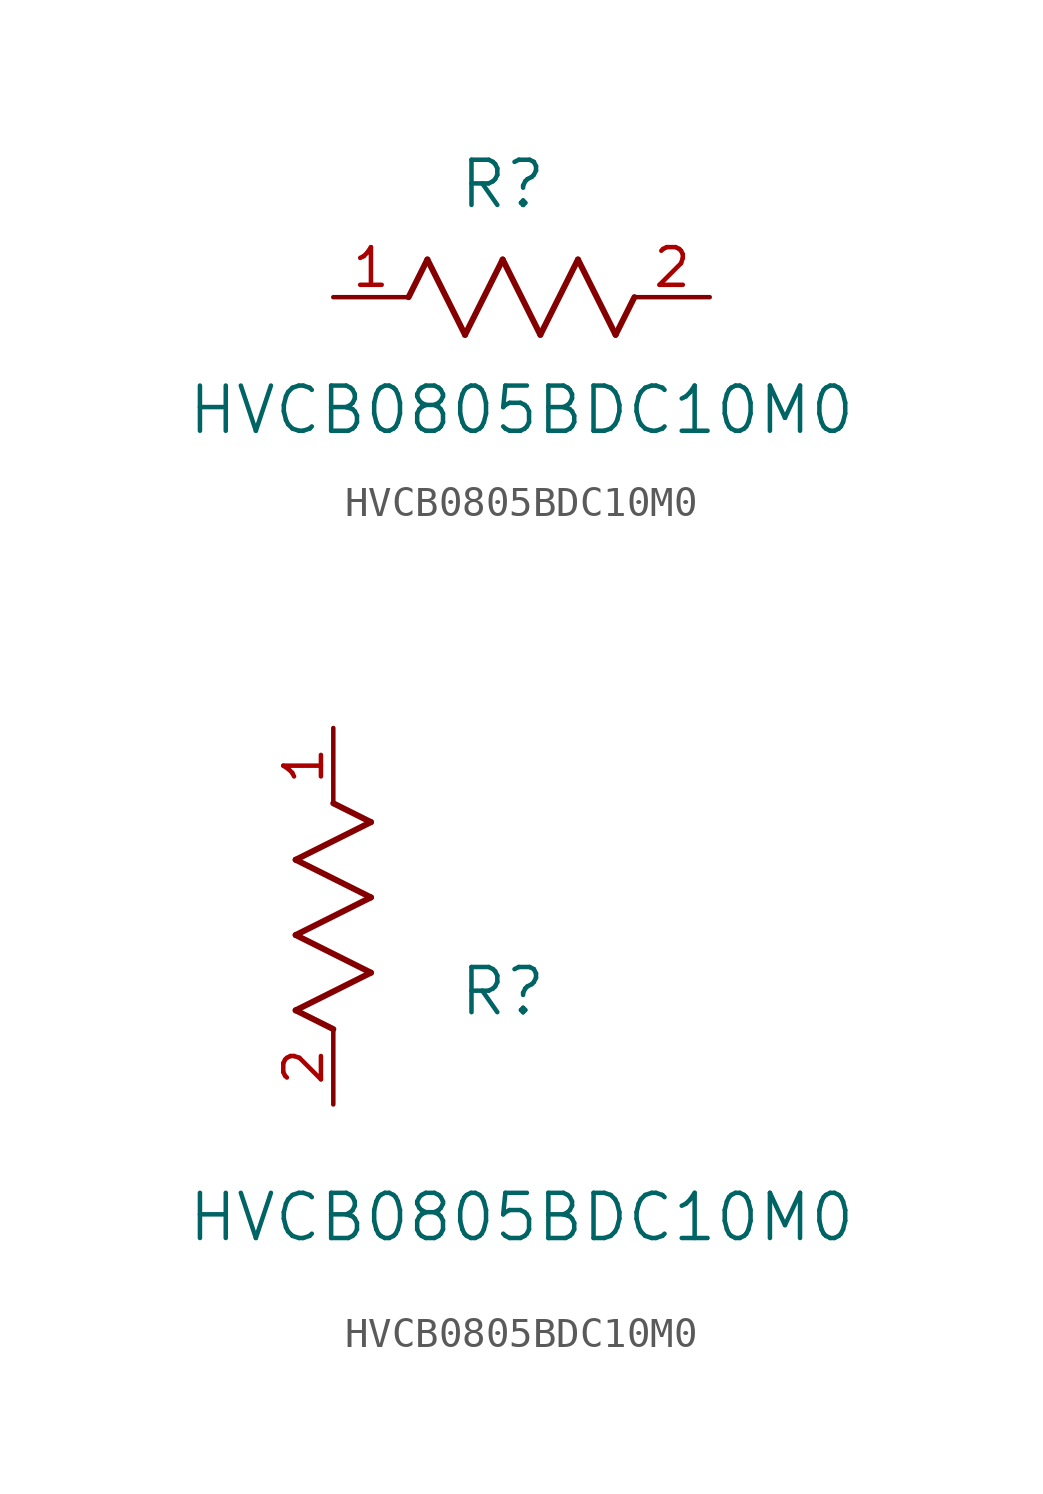
<source format=kicad_sym>
(kicad_symbol_lib
  (version 20211014)
  (generator kicad_symbol_editor)
  (symbol "HVCB0805BDC10M0"
    (pin_names
      (offset 0.254))
    (property "Reference" "R"
      (at 5.715 3.81 0)
      (effects (font (size 1.524 1.524))))
    (property "Value" "HVCB0805BDC10M0"
      (at 6.35 -3.81 0)
      (effects (font (size 1.524 1.524))))
    (symbol "HVCB0805BDC10M0_1_1"
      (polyline (pts (xy 3.175 1.27) (xy 4.445 -1.27)) (stroke (width 0.203) (type default) (color 0 0 0 0)) (fill (type none)))
      (polyline (pts (xy 4.445 -1.27) (xy 5.715 1.27)) (stroke (width 0.203) (type default) (color 0 0 0 0)) (fill (type none)))
      (polyline (pts (xy 5.715 1.27) (xy 6.985 -1.27)) (stroke (width 0.203) (type default) (color 0 0 0 0)) (fill (type none)))
      (polyline (pts (xy 6.985 -1.27) (xy 8.255 1.27)) (stroke (width 0.203) (type default) (color 0 0 0 0)) (fill (type none)))
      (polyline (pts (xy 8.255 1.27) (xy 9.525 -1.27)) (stroke (width 0.203) (type default) (color 0 0 0 0)) (fill (type none)))
      (polyline (pts (xy 2.54 0) (xy 3.175 1.27)) (stroke (width 0.203) (type default) (color 0 0 0 0)) (fill (type none)))
      (polyline (pts (xy 9.525 -1.27) (xy 10.16 0)) (stroke (width 0.203) (type default) (color 0 0 0 0)) (fill (type none)))
      (pin unspecified line (at 0 0 0) (length 2.54) (name "" (effects (font (size 1.27 1.27)))) (number "1" (effects (font (size 1.27 1.27)))))
      (pin unspecified line (at 12.7 0 180) (length 2.54) (name "" (effects (font (size 1.27 1.27)))) (number "2" (effects (font (size 1.27 1.27))))))
    (symbol "HVCB0805BDC10M0_1_2"
      (polyline (pts (xy 0 2.54) (xy -1.27 3.175)) (stroke (width 0.203) (type default) (color 0 0 0 0)) (fill (type none)))
      (polyline (pts (xy -1.27 3.175) (xy 1.27 4.445)) (stroke (width 0.203) (type default) (color 0 0 0 0)) (fill (type none)))
      (polyline (pts (xy 1.27 4.445) (xy -1.27 5.715)) (stroke (width 0.203) (type default) (color 0 0 0 0)) (fill (type none)))
      (polyline (pts (xy -1.27 5.715) (xy 1.27 6.985)) (stroke (width 0.203) (type default) (color 0 0 0 0)) (fill (type none)))
      (polyline (pts (xy -1.27 8.255) (xy 1.27 9.525)) (stroke (width 0.203) (type default) (color 0 0 0 0)) (fill (type none)))
      (polyline (pts (xy 1.27 9.525) (xy 0 10.16)) (stroke (width 0.203) (type default) (color 0 0 0 0)) (fill (type none)))
      (polyline (pts (xy 1.27 6.985) (xy -1.27 8.255)) (stroke (width 0.203) (type default) (color 0 0 0 0)) (fill (type none)))
      (pin unspecified line (at 0 12.7 270) (length 2.54) (name "" (effects (font (size 1.27 1.27)))) (number "1" (effects (font (size 1.27 1.27)))))
      (pin unspecified line (at 0 0 90) (length 2.54) (name "" (effects (font (size 1.27 1.27)))) (number "2" (effects (font (size 1.27 1.27))))))))
</source>
